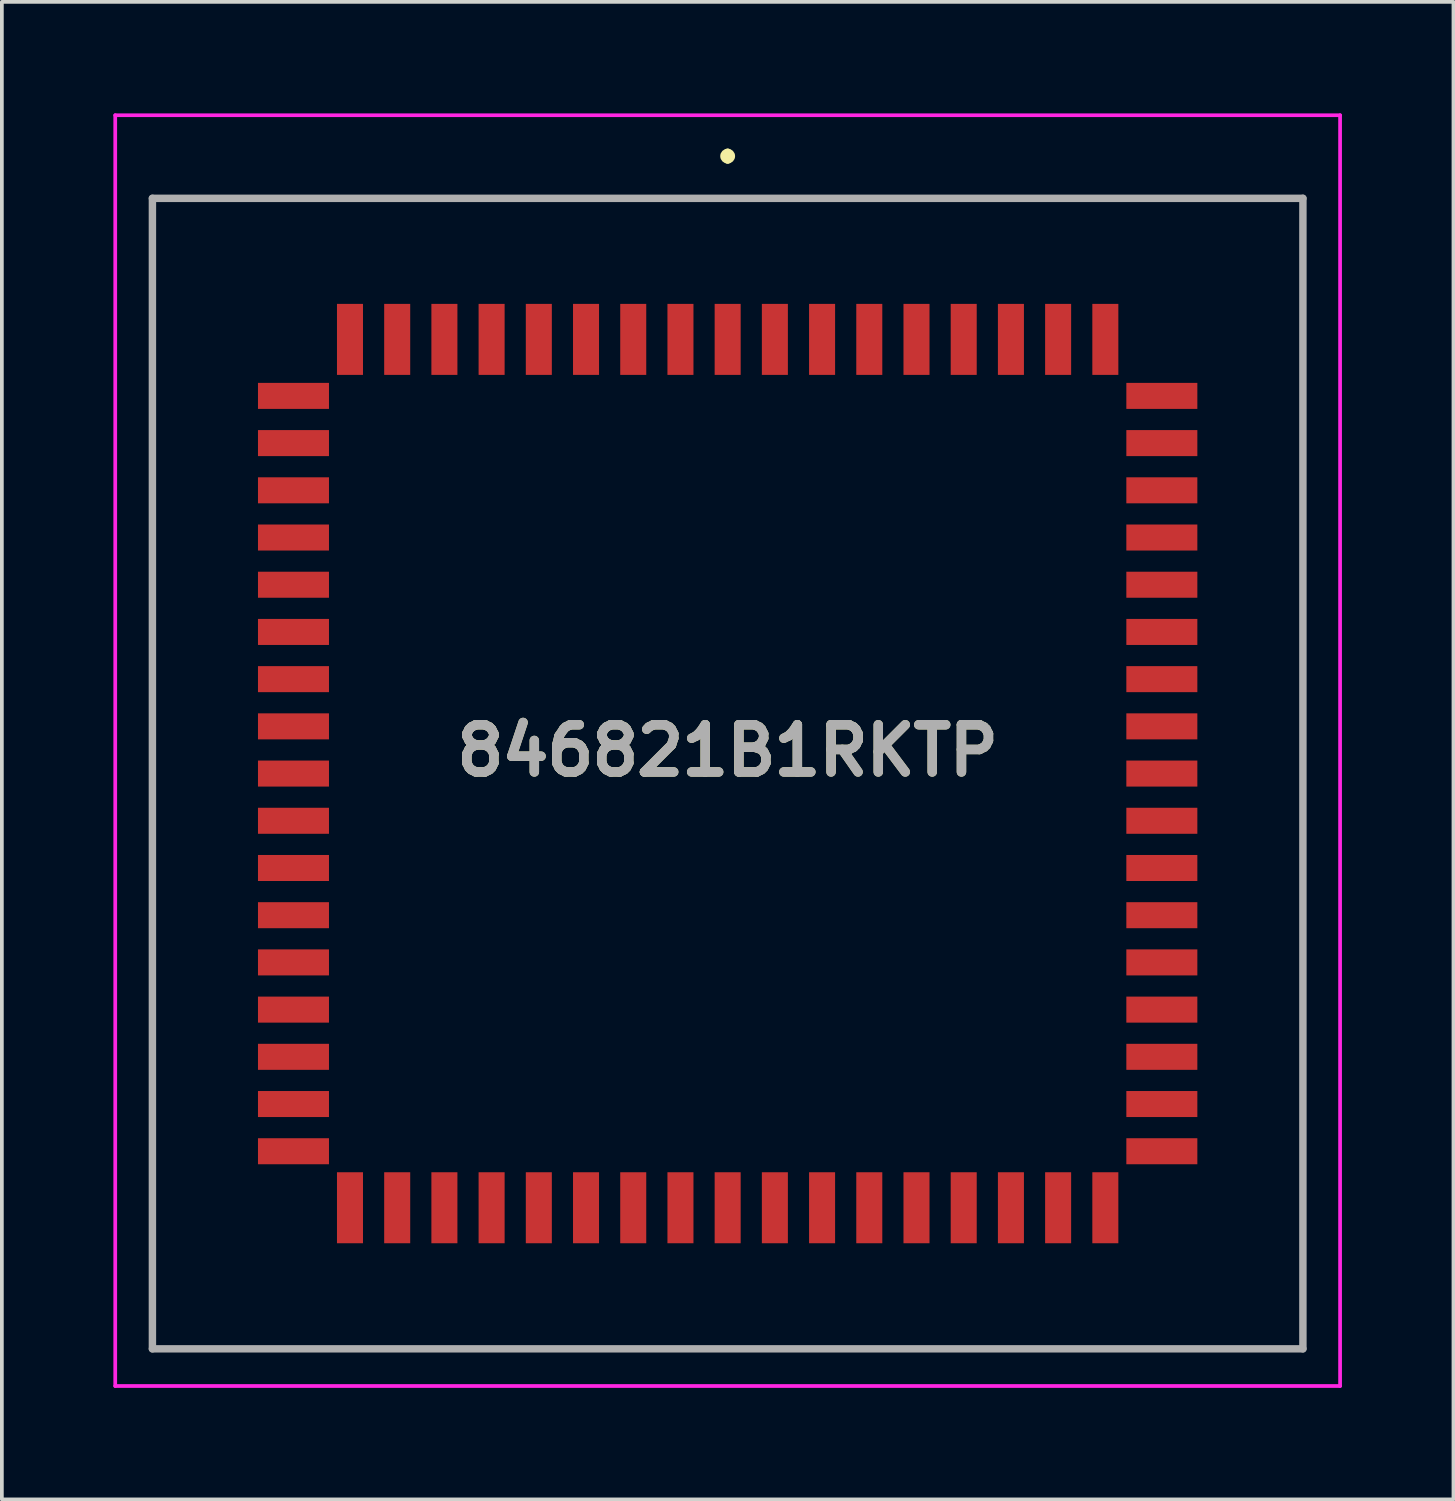
<source format=kicad_pcb>
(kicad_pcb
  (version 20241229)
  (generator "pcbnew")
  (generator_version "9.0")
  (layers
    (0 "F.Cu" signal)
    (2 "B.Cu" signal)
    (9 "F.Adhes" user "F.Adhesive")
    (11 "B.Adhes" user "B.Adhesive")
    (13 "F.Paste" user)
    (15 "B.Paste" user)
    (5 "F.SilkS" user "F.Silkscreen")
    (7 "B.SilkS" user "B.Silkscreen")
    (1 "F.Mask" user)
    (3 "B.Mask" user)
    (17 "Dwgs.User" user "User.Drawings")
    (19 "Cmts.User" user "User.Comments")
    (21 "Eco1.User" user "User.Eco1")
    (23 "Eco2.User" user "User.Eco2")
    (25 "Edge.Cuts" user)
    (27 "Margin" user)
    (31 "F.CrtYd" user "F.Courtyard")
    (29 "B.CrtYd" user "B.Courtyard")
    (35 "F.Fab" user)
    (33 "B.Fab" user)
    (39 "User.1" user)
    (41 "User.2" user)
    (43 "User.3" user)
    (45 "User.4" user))
  (footprint "846821B1RKTP"
    (layer "F.Cu")
    (at 16.525 17.76)
    (property "Reference" "846821B1RKTP" (at 0 -0.618 0) (layer "F.SilkS") (effects (font (size 1.27 1.27) (thickness 0.254))))
    (attr smd)
    (fp_line (start -15.475 -15.475) (end 15.475 -15.475) (stroke (width 0.1) (type solid)) (layer "F.SilkS"))
    (fp_line (start -15.475 15.475) (end -15.475 -15.475) (stroke (width 0.1) (type solid)) (layer "F.SilkS"))
    (fp_line (start 0 -16.71) (end 0 -16.71) (stroke (width 0.2) (type solid)) (layer "F.SilkS"))
    (fp_line (start 0 -16.51) (end 0 -16.51) (stroke (width 0.2) (type solid)) (layer "F.SilkS"))
    (fp_line (start 15.475 -15.475) (end 15.475 15.475) (stroke (width 0.1) (type solid)) (layer "F.SilkS"))
    (fp_line (start 15.475 15.475) (end -15.475 15.475) (stroke (width 0.1) (type solid)) (layer "F.SilkS"))
    (fp_arc (start 0 -16.71) (mid 0.1 -16.61) (end 0 -16.51) (stroke (width 0.2) (type solid)) (layer "F.SilkS"))
    (fp_arc (start 0 -16.51) (mid -0.1 -16.61) (end 0 -16.71) (stroke (width 0.2) (type solid)) (layer "F.SilkS"))
    (fp_line (start -16.475 -17.71) (end 16.475 -17.71) (stroke (width 0.1) (type solid)) (layer "F.CrtYd"))
    (fp_line (start -16.475 16.475) (end -16.475 -17.71) (stroke (width 0.1) (type solid)) (layer "F.CrtYd"))
    (fp_line (start 16.475 -17.71) (end 16.475 16.475) (stroke (width 0.1) (type solid)) (layer "F.CrtYd"))
    (fp_line (start 16.475 16.475) (end -16.475 16.475) (stroke (width 0.1) (type solid)) (layer "F.CrtYd"))
    (fp_line (start -15.475 -15.475) (end 15.475 -15.475) (stroke (width 0.2) (type solid)) (layer "F.Fab"))
    (fp_line (start -15.475 15.475) (end -15.475 -15.475) (stroke (width 0.2) (type solid)) (layer "F.Fab"))
    (fp_line (start 15.475 -15.475) (end 15.475 15.475) (stroke (width 0.2) (type solid)) (layer "F.Fab"))
    (fp_line (start 15.475 15.475) (end -15.475 15.475) (stroke (width 0.2) (type solid)) (layer "F.Fab"))
    (fp_text user "${REFERENCE}" (at 0 -0.618 0) (layer "F.Fab") (effects (font (size 1.27 1.27) (thickness 0.254))))
    (pad "1" smd rect (at 0 -11.68) (size 0.7 1.91) (layers "F.Cu" "F.Mask" "F.Paste"))
    (pad "2" smd rect (at -1.27 -11.68) (size 0.7 1.91) (layers "F.Cu" "F.Mask" "F.Paste"))
    (pad "3" smd rect (at -2.54 -11.68) (size 0.7 1.91) (layers "F.Cu" "F.Mask" "F.Paste"))
    (pad "4" smd rect (at -3.81 -11.68) (size 0.7 1.91) (layers "F.Cu" "F.Mask" "F.Paste"))
    (pad "5" smd rect (at -5.08 -11.68) (size 0.7 1.91) (layers "F.Cu" "F.Mask" "F.Paste"))
    (pad "6" smd rect (at -6.35 -11.68) (size 0.7 1.91) (layers "F.Cu" "F.Mask" "F.Paste"))
    (pad "7" smd rect (at -7.62 -11.68) (size 0.7 1.91) (layers "F.Cu" "F.Mask" "F.Paste"))
    (pad "8" smd rect (at -8.89 -11.68) (size 0.7 1.91) (layers "F.Cu" "F.Mask" "F.Paste"))
    (pad "9" smd rect (at -10.16 -11.68) (size 0.7 1.91) (layers "F.Cu" "F.Mask" "F.Paste"))
    (pad "10" smd rect (at -11.68 -10.16 90) (size 0.7 1.91) (layers "F.Cu" "F.Mask" "F.Paste"))
    (pad "11" smd rect (at -11.68 -8.89 90) (size 0.7 1.91) (layers "F.Cu" "F.Mask" "F.Paste"))
    (pad "12" smd rect (at -11.68 -7.62 90) (size 0.7 1.91) (layers "F.Cu" "F.Mask" "F.Paste"))
    (pad "13" smd rect (at -11.68 -6.35 90) (size 0.7 1.91) (layers "F.Cu" "F.Mask" "F.Paste"))
    (pad "14" smd rect (at -11.68 -5.08 90) (size 0.7 1.91) (layers "F.Cu" "F.Mask" "F.Paste"))
    (pad "15" smd rect (at -11.68 -3.81 90) (size 0.7 1.91) (layers "F.Cu" "F.Mask" "F.Paste"))
    (pad "16" smd rect (at -11.68 -2.54 90) (size 0.7 1.91) (layers "F.Cu" "F.Mask" "F.Paste"))
    (pad "17" smd rect (at -11.68 -1.27 90) (size 0.7 1.91) (layers "F.Cu" "F.Mask" "F.Paste"))
    (pad "18" smd rect (at -11.68 0 90) (size 0.7 1.91) (layers "F.Cu" "F.Mask" "F.Paste"))
    (pad "19" smd rect (at -11.68 1.27 90) (size 0.7 1.91) (layers "F.Cu" "F.Mask" "F.Paste"))
    (pad "20" smd rect (at -11.68 2.54 90) (size 0.7 1.91) (layers "F.Cu" "F.Mask" "F.Paste"))
    (pad "21" smd rect (at -11.68 3.81 90) (size 0.7 1.91) (layers "F.Cu" "F.Mask" "F.Paste"))
    (pad "22" smd rect (at -11.68 5.08 90) (size 0.7 1.91) (layers "F.Cu" "F.Mask" "F.Paste"))
    (pad "23" smd rect (at -11.68 6.35 90) (size 0.7 1.91) (layers "F.Cu" "F.Mask" "F.Paste"))
    (pad "24" smd rect (at -11.68 7.62 90) (size 0.7 1.91) (layers "F.Cu" "F.Mask" "F.Paste"))
    (pad "25" smd rect (at -11.68 8.89 90) (size 0.7 1.91) (layers "F.Cu" "F.Mask" "F.Paste"))
    (pad "26" smd rect (at -11.68 10.16 90) (size 0.7 1.91) (layers "F.Cu" "F.Mask" "F.Paste"))
    (pad "27" smd rect (at -10.16 11.68) (size 0.7 1.91) (layers "F.Cu" "F.Mask" "F.Paste"))
    (pad "28" smd rect (at -8.89 11.68) (size 0.7 1.91) (layers "F.Cu" "F.Mask" "F.Paste"))
    (pad "29" smd rect (at -7.62 11.68) (size 0.7 1.91) (layers "F.Cu" "F.Mask" "F.Paste"))
    (pad "30" smd rect (at -6.35 11.68) (size 0.7 1.91) (layers "F.Cu" "F.Mask" "F.Paste"))
    (pad "31" smd rect (at -5.08 11.68) (size 0.7 1.91) (layers "F.Cu" "F.Mask" "F.Paste"))
    (pad "32" smd rect (at -3.81 11.68) (size 0.7 1.91) (layers "F.Cu" "F.Mask" "F.Paste"))
    (pad "33" smd rect (at -2.54 11.68) (size 0.7 1.91) (layers "F.Cu" "F.Mask" "F.Paste"))
    (pad "34" smd rect (at -1.27 11.68) (size 0.7 1.91) (layers "F.Cu" "F.Mask" "F.Paste"))
    (pad "35" smd rect (at 0 11.68) (size 0.7 1.91) (layers "F.Cu" "F.Mask" "F.Paste"))
    (pad "36" smd rect (at 1.27 11.68) (size 0.7 1.91) (layers "F.Cu" "F.Mask" "F.Paste"))
    (pad "37" smd rect (at 2.54 11.68) (size 0.7 1.91) (layers "F.Cu" "F.Mask" "F.Paste"))
    (pad "38" smd rect (at 3.81 11.68) (size 0.7 1.91) (layers "F.Cu" "F.Mask" "F.Paste"))
    (pad "39" smd rect (at 5.08 11.68) (size 0.7 1.91) (layers "F.Cu" "F.Mask" "F.Paste"))
    (pad "40" smd rect (at 6.35 11.68) (size 0.7 1.91) (layers "F.Cu" "F.Mask" "F.Paste"))
    (pad "41" smd rect (at 7.62 11.68) (size 0.7 1.91) (layers "F.Cu" "F.Mask" "F.Paste"))
    (pad "42" smd rect (at 8.89 11.68) (size 0.7 1.91) (layers "F.Cu" "F.Mask" "F.Paste"))
    (pad "43" smd rect (at 10.16 11.68) (size 0.7 1.91) (layers "F.Cu" "F.Mask" "F.Paste"))
    (pad "44" smd rect (at 11.68 10.16 90) (size 0.7 1.91) (layers "F.Cu" "F.Mask" "F.Paste"))
    (pad "45" smd rect (at 11.68 8.89 90) (size 0.7 1.91) (layers "F.Cu" "F.Mask" "F.Paste"))
    (pad "46" smd rect (at 11.68 7.62 90) (size 0.7 1.91) (layers "F.Cu" "F.Mask" "F.Paste"))
    (pad "47" smd rect (at 11.68 6.35 90) (size 0.7 1.91) (layers "F.Cu" "F.Mask" "F.Paste"))
    (pad "48" smd rect (at 11.68 5.08 90) (size 0.7 1.91) (layers "F.Cu" "F.Mask" "F.Paste"))
    (pad "49" smd rect (at 11.68 3.81 90) (size 0.7 1.91) (layers "F.Cu" "F.Mask" "F.Paste"))
    (pad "50" smd rect (at 11.68 2.54 90) (size 0.7 1.91) (layers "F.Cu" "F.Mask" "F.Paste"))
    (pad "51" smd rect (at 11.68 1.27 90) (size 0.7 1.91) (layers "F.Cu" "F.Mask" "F.Paste"))
    (pad "52" smd rect (at 11.68 0 90) (size 0.7 1.91) (layers "F.Cu" "F.Mask" "F.Paste"))
    (pad "53" smd rect (at 11.68 -1.27 90) (size 0.7 1.91) (layers "F.Cu" "F.Mask" "F.Paste"))
    (pad "54" smd rect (at 11.68 -2.54 90) (size 0.7 1.91) (layers "F.Cu" "F.Mask" "F.Paste"))
    (pad "55" smd rect (at 11.68 -3.81 90) (size 0.7 1.91) (layers "F.Cu" "F.Mask" "F.Paste"))
    (pad "56" smd rect (at 11.68 -5.08 90) (size 0.7 1.91) (layers "F.Cu" "F.Mask" "F.Paste"))
    (pad "57" smd rect (at 11.68 -6.35 90) (size 0.7 1.91) (layers "F.Cu" "F.Mask" "F.Paste"))
    (pad "58" smd rect (at 11.68 -7.62 90) (size 0.7 1.91) (layers "F.Cu" "F.Mask" "F.Paste"))
    (pad "59" smd rect (at 11.68 -8.89 90) (size 0.7 1.91) (layers "F.Cu" "F.Mask" "F.Paste"))
    (pad "60" smd rect (at 11.68 -10.16 90) (size 0.7 1.91) (layers "F.Cu" "F.Mask" "F.Paste"))
    (pad "61" smd rect (at 10.16 -11.68) (size 0.7 1.91) (layers "F.Cu" "F.Mask" "F.Paste"))
    (pad "62" smd rect (at 8.89 -11.68) (size 0.7 1.91) (layers "F.Cu" "F.Mask" "F.Paste"))
    (pad "63" smd rect (at 7.62 -11.68) (size 0.7 1.91) (layers "F.Cu" "F.Mask" "F.Paste"))
    (pad "64" smd rect (at 6.35 -11.68) (size 0.7 1.91) (layers "F.Cu" "F.Mask" "F.Paste"))
    (pad "65" smd rect (at 5.08 -11.68) (size 0.7 1.91) (layers "F.Cu" "F.Mask" "F.Paste"))
    (pad "66" smd rect (at 3.81 -11.68) (size 0.7 1.91) (layers "F.Cu" "F.Mask" "F.Paste"))
    (pad "67" smd rect (at 2.54 -11.68) (size 0.7 1.91) (layers "F.Cu" "F.Mask" "F.Paste"))
    (pad "68" smd rect (at 1.27 -11.68) (size 0.7 1.91) (layers "F.Cu" "F.Mask" "F.Paste")))
  (gr_rect
    (start -3 -3)
    (end 36.05 37.285)
    (stroke (width 0.1) (type default))
    (fill no)
    (layer "Edge.Cuts")))
</source>
